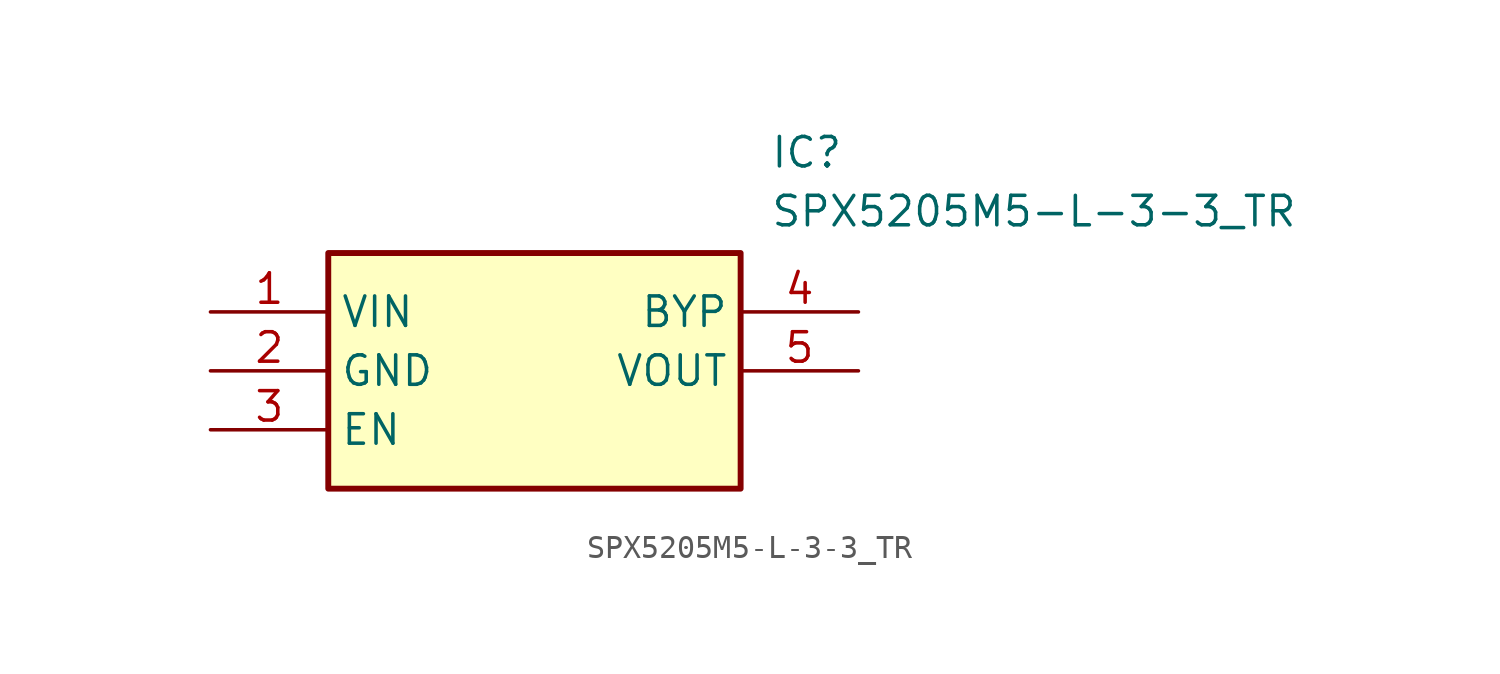
<source format=kicad_sym>
(kicad_symbol_lib
  (version 20211014)
  (generator SamacSys_ECAD_Model)
  (symbol "SPX5205M5-L-3-3_TR"
    (property "Reference" "IC"
      (at 24.13 7.62 0)
      (effects (font (size 1.27 1.27)) (justify left top)))
    (property "Value" "SPX5205M5-L-3-3_TR"
      (at 24.13 5.08 0)
      (effects (font (size 1.27 1.27)) (justify left top)))
    (rectangle
      (start 5.08 2.54)
      (end 22.86 -7.62)
      (stroke (width 0.254) (type default))
      (fill (type background)))
    (pin passive line
      (at 0 0 0)
      (length 5.08)
      (name "VIN" (effects (font (size 1.27 1.27))))
      (number "1" (effects (font (size 1.27 1.27)))))
    (pin passive line
      (at 0 -2.54 0)
      (length 5.08)
      (name "GND" (effects (font (size 1.27 1.27))))
      (number "2" (effects (font (size 1.27 1.27)))))
    (pin passive line
      (at 0 -5.08 0)
      (length 5.08)
      (name "EN" (effects (font (size 1.27 1.27))))
      (number "3" (effects (font (size 1.27 1.27)))))
    (pin passive line
      (at 27.94 0 180)
      (length 5.08)
      (name "BYP" (effects (font (size 1.27 1.27))))
      (number "4" (effects (font (size 1.27 1.27)))))
    (pin passive line
      (at 27.94 -2.54 180)
      (length 5.08)
      (name "VOUT" (effects (font (size 1.27 1.27))))
      (number "5" (effects (font (size 1.27 1.27)))))))
</source>
